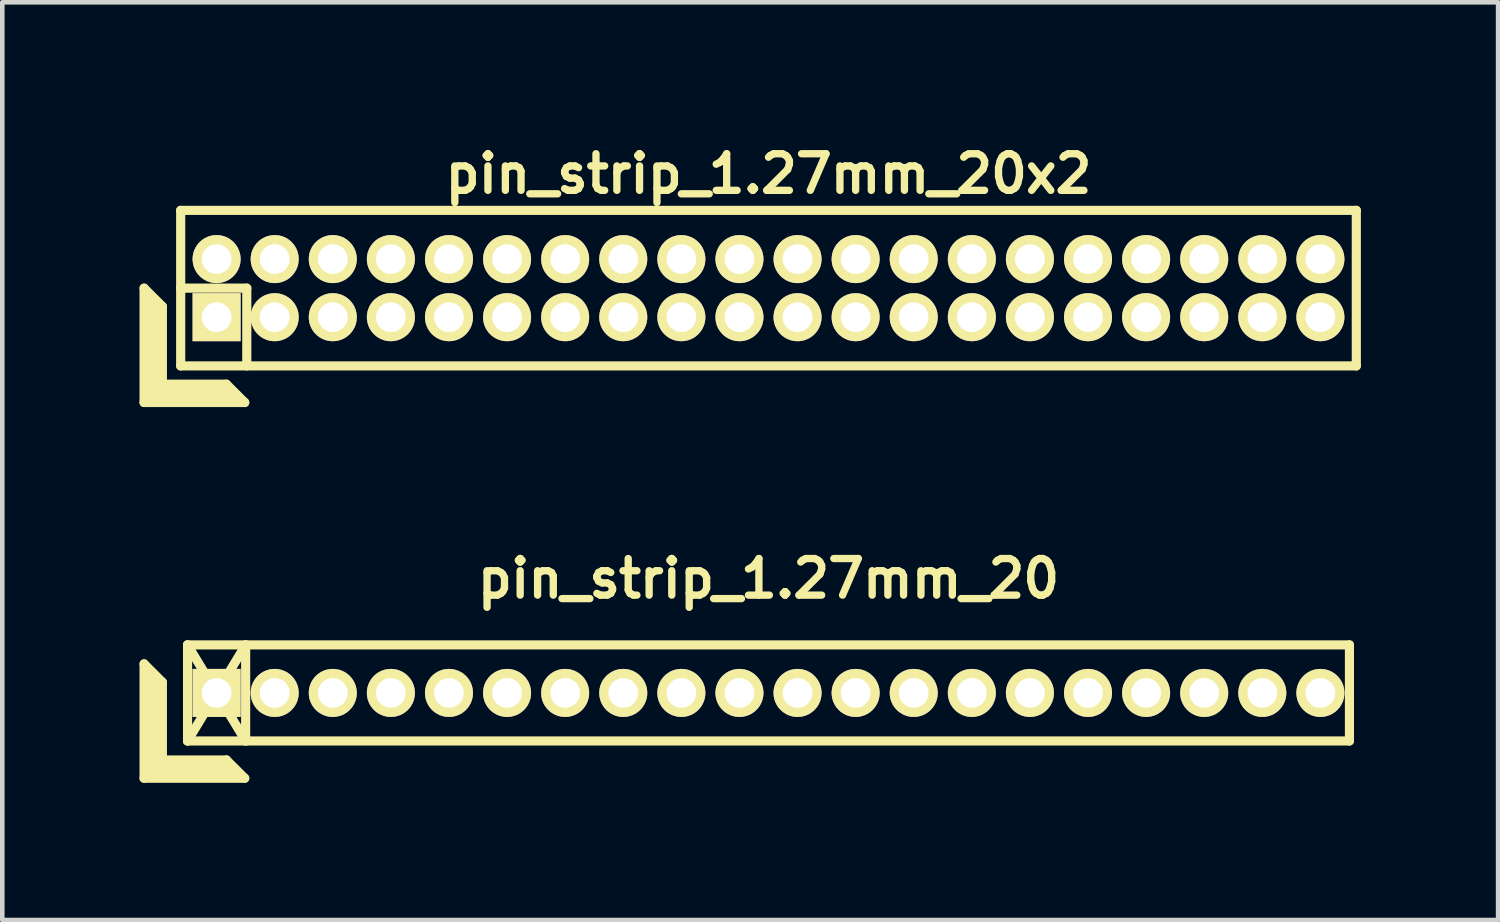
<source format=kicad_pcb>
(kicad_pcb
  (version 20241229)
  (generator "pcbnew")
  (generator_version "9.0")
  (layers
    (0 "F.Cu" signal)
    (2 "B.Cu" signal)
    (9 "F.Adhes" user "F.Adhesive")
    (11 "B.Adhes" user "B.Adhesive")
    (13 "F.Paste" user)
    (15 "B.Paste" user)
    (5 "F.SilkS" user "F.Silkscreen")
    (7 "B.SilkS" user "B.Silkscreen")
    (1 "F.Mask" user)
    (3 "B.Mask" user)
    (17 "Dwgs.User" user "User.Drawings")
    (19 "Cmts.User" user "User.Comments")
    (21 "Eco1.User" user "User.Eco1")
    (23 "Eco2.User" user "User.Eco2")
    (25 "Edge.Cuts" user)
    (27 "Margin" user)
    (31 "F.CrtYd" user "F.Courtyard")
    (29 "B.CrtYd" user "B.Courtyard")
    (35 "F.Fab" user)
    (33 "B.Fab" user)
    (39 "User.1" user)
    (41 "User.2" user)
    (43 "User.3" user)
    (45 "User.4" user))
  (footprint "pin_strip_1.27mm_20"
    (layer "F.Cu")
    (at 13.75 12.098)
    (property "Reference" "pin_strip_1.27mm_20" (at 0 -2.5 0) (layer "F.SilkS") (effects (font (size 0.8 0.8) (thickness 0.16))))
    (attr through_hole)
    (fp_line (start -13.65 -0.635) (end -13.65 1.865) (stroke (width 0.2) (type solid)) (layer "F.SilkS"))
    (fp_line (start -13.65 -0.635) (end -13.25 -0.235) (stroke (width 0.2) (type solid)) (layer "F.SilkS"))
    (fp_line (start -13.65 1.865) (end -11.45 1.865) (stroke (width 0.2) (type solid)) (layer "F.SilkS"))
    (fp_line (start -13.55 1.765) (end -13.55 -0.435) (stroke (width 0.2) (type solid)) (layer "F.SilkS"))
    (fp_line (start -13.55 1.765) (end -11.65 1.765) (stroke (width 0.2) (type solid)) (layer "F.SilkS"))
    (fp_line (start -13.45 1.665) (end -13.45 -0.335) (stroke (width 0.2) (type solid)) (layer "F.SilkS"))
    (fp_line (start -13.45 1.665) (end -11.75 1.665) (stroke (width 0.2) (type solid)) (layer "F.SilkS"))
    (fp_line (start -13.35 1.565) (end -13.35 -0.235) (stroke (width 0.2) (type solid)) (layer "F.SilkS"))
    (fp_line (start -13.35 1.565) (end -11.85 1.565) (stroke (width 0.2) (type solid)) (layer "F.SilkS"))
    (fp_line (start -13.25 1.465) (end -13.25 -0.235) (stroke (width 0.2) (type solid)) (layer "F.SilkS"))
    (fp_line (start -13.25 1.465) (end -11.85 1.465) (stroke (width 0.2) (type solid)) (layer "F.SilkS"))
    (fp_line (start -12.7 -1.05) (end -11.43 1.05) (stroke (width 0.2) (type solid)) (layer "F.SilkS"))
    (fp_line (start -12.7 -1.05) (end 12.7 -1.05) (stroke (width 0.2) (type solid)) (layer "F.SilkS"))
    (fp_line (start -12.7 1.05) (end -12.7 -1.05) (stroke (width 0.2) (type solid)) (layer "F.SilkS"))
    (fp_line (start -12.7 1.05) (end -11.43 -1.05) (stroke (width 0.2) (type solid)) (layer "F.SilkS"))
    (fp_line (start -11.85 1.465) (end -11.45 1.865) (stroke (width 0.2) (type solid)) (layer "F.SilkS"))
    (fp_line (start -11.43 -1.05) (end -11.43 1.05) (stroke (width 0.2) (type solid)) (layer "F.SilkS"))
    (fp_line (start 12.7 -1.05) (end 12.7 1.05) (stroke (width 0.2) (type solid)) (layer "F.SilkS"))
    (fp_line (start 12.7 1.05) (end -12.7 1.05) (stroke (width 0.2) (type solid)) (layer "F.SilkS"))
    (pad "1" thru_hole rect (at -12.065 0) (size 1.05 1.05) (drill 0.65) (layers "*.Cu" "*.Mask" "F.SilkS"))
    (pad "2" thru_hole oval (at -10.795 0) (size 1.05 1.05) (drill 0.65) (layers "*.Cu" "*.Mask" "F.SilkS"))
    (pad "3" thru_hole oval (at -9.525 0) (size 1.05 1.05) (drill 0.65) (layers "*.Cu" "*.Mask" "F.SilkS"))
    (pad "4" thru_hole oval (at -8.255 0) (size 1.05 1.05) (drill 0.65) (layers "*.Cu" "*.Mask" "F.SilkS"))
    (pad "5" thru_hole oval (at -6.985 0) (size 1.05 1.05) (drill 0.65) (layers "*.Cu" "*.Mask" "F.SilkS"))
    (pad "6" thru_hole oval (at -5.715 0) (size 1.05 1.05) (drill 0.65) (layers "*.Cu" "*.Mask" "F.SilkS"))
    (pad "7" thru_hole oval (at -4.445 0) (size 1.05 1.05) (drill 0.65) (layers "*.Cu" "*.Mask" "F.SilkS"))
    (pad "8" thru_hole oval (at -3.175 0) (size 1.05 1.05) (drill 0.65) (layers "*.Cu" "*.Mask" "F.SilkS"))
    (pad "9" thru_hole oval (at -1.905 0) (size 1.05 1.05) (drill 0.65) (layers "*.Cu" "*.Mask" "F.SilkS"))
    (pad "10" thru_hole oval (at -0.635 0) (size 1.05 1.05) (drill 0.65) (layers "*.Cu" "*.Mask" "F.SilkS"))
    (pad "11" thru_hole oval (at 0.635 0) (size 1.05 1.05) (drill 0.65) (layers "*.Cu" "*.Mask" "F.SilkS"))
    (pad "12" thru_hole oval (at 1.905 0) (size 1.05 1.05) (drill 0.65) (layers "*.Cu" "*.Mask" "F.SilkS"))
    (pad "13" thru_hole oval (at 3.175 0) (size 1.05 1.05) (drill 0.65) (layers "*.Cu" "*.Mask" "F.SilkS"))
    (pad "14" thru_hole oval (at 4.445 0) (size 1.05 1.05) (drill 0.65) (layers "*.Cu" "*.Mask" "F.SilkS"))
    (pad "15" thru_hole oval (at 5.715 0) (size 1.05 1.05) (drill 0.65) (layers "*.Cu" "*.Mask" "F.SilkS"))
    (pad "16" thru_hole oval (at 6.985 0) (size 1.05 1.05) (drill 0.65) (layers "*.Cu" "*.Mask" "F.SilkS"))
    (pad "17" thru_hole oval (at 8.255 0) (size 1.05 1.05) (drill 0.65) (layers "*.Cu" "*.Mask" "F.SilkS"))
    (pad "18" thru_hole oval (at 9.525 0) (size 1.05 1.05) (drill 0.65) (layers "*.Cu" "*.Mask" "F.SilkS"))
    (pad "19" thru_hole oval (at 10.795 0) (size 1.05 1.05) (drill 0.65) (layers "*.Cu" "*.Mask" "F.SilkS"))
    (pad "20" thru_hole oval (at 12.065 0) (size 1.05 1.05) (drill 0.65) (layers "*.Cu" "*.Mask" "F.SilkS")))
  (footprint "pin_strip_1.27mm_20x2"
    (layer "F.Cu")
    (at 13.75 3.249)
    (property "Reference" "pin_strip_1.27mm_20x2" (at 0 -2.5 0) (layer "F.SilkS") (effects (font (size 0.8 0.8) (thickness 0.16))))
    (attr through_hole)
    (fp_line (start -13.65 0) (end -13.65 2.5) (stroke (width 0.2) (type solid)) (layer "F.SilkS"))
    (fp_line (start -13.65 0) (end -13.25 0.4) (stroke (width 0.2) (type solid)) (layer "F.SilkS"))
    (fp_line (start -13.65 2.5) (end -11.45 2.5) (stroke (width 0.2) (type solid)) (layer "F.SilkS"))
    (fp_line (start -13.55 2.4) (end -13.55 0.2) (stroke (width 0.2) (type solid)) (layer "F.SilkS"))
    (fp_line (start -13.55 2.4) (end -11.65 2.4) (stroke (width 0.2) (type solid)) (layer "F.SilkS"))
    (fp_line (start -13.45 2.3) (end -13.45 0.3) (stroke (width 0.2) (type solid)) (layer "F.SilkS"))
    (fp_line (start -13.45 2.3) (end -11.75 2.3) (stroke (width 0.2) (type solid)) (layer "F.SilkS"))
    (fp_line (start -13.35 2.2) (end -13.35 0.4) (stroke (width 0.2) (type solid)) (layer "F.SilkS"))
    (fp_line (start -13.35 2.2) (end -11.85 2.2) (stroke (width 0.2) (type solid)) (layer "F.SilkS"))
    (fp_line (start -13.25 2.1) (end -13.25 0.4) (stroke (width 0.2) (type solid)) (layer "F.SilkS"))
    (fp_line (start -13.25 2.1) (end -11.85 2.1) (stroke (width 0.2) (type solid)) (layer "F.SilkS"))
    (fp_line (start -12.855 0) (end -11.405 0) (stroke (width 0.2) (type solid)) (layer "F.SilkS"))
    (fp_line (start -12.85 -1.7) (end 12.85 -1.7) (stroke (width 0.2) (type solid)) (layer "F.SilkS"))
    (fp_line (start -12.85 1.7) (end -12.85 -1.7) (stroke (width 0.2) (type solid)) (layer "F.SilkS"))
    (fp_line (start -11.85 2.1) (end -11.45 2.5) (stroke (width 0.2) (type solid)) (layer "F.SilkS"))
    (fp_line (start -11.405 0) (end -11.405 1.7) (stroke (width 0.2) (type solid)) (layer "F.SilkS"))
    (fp_line (start 12.85 -1.7) (end 12.85 1.7) (stroke (width 0.2) (type solid)) (layer "F.SilkS"))
    (fp_line (start 12.85 1.7) (end -12.85 1.7) (stroke (width 0.2) (type solid)) (layer "F.SilkS"))
    (pad "1" thru_hole rect (at -12.065 0.635) (size 1.05 1.05) (drill 0.65) (layers "*.Cu" "*.Mask" "F.SilkS"))
    (pad "2" thru_hole oval (at -12.065 -0.635) (size 1.05 1.05) (drill 0.65) (layers "*.Cu" "*.Mask" "F.SilkS"))
    (pad "3" thru_hole oval (at -10.795 0.635) (size 1.05 1.05) (drill 0.65) (layers "*.Cu" "*.Mask" "F.SilkS"))
    (pad "4" thru_hole oval (at -10.795 -0.635) (size 1.05 1.05) (drill 0.65) (layers "*.Cu" "*.Mask" "F.SilkS"))
    (pad "5" thru_hole oval (at -9.525 0.635) (size 1.05 1.05) (drill 0.65) (layers "*.Cu" "*.Mask" "F.SilkS"))
    (pad "6" thru_hole oval (at -9.525 -0.635) (size 1.05 1.05) (drill 0.65) (layers "*.Cu" "*.Mask" "F.SilkS"))
    (pad "7" thru_hole oval (at -8.255 0.635) (size 1.05 1.05) (drill 0.65) (layers "*.Cu" "*.Mask" "F.SilkS"))
    (pad "8" thru_hole oval (at -8.255 -0.635) (size 1.05 1.05) (drill 0.65) (layers "*.Cu" "*.Mask" "F.SilkS"))
    (pad "9" thru_hole oval (at -6.985 0.635) (size 1.05 1.05) (drill 0.65) (layers "*.Cu" "*.Mask" "F.SilkS"))
    (pad "10" thru_hole oval (at -6.985 -0.635) (size 1.05 1.05) (drill 0.65) (layers "*.Cu" "*.Mask" "F.SilkS"))
    (pad "11" thru_hole oval (at -5.715 0.635) (size 1.05 1.05) (drill 0.65) (layers "*.Cu" "*.Mask" "F.SilkS"))
    (pad "12" thru_hole oval (at -5.715 -0.635) (size 1.05 1.05) (drill 0.65) (layers "*.Cu" "*.Mask" "F.SilkS"))
    (pad "13" thru_hole oval (at -4.445 0.635) (size 1.05 1.05) (drill 0.65) (layers "*.Cu" "*.Mask" "F.SilkS"))
    (pad "14" thru_hole oval (at -4.445 -0.635) (size 1.05 1.05) (drill 0.65) (layers "*.Cu" "*.Mask" "F.SilkS"))
    (pad "15" thru_hole oval (at -3.175 0.635) (size 1.05 1.05) (drill 0.65) (layers "*.Cu" "*.Mask" "F.SilkS"))
    (pad "16" thru_hole oval (at -3.175 -0.635) (size 1.05 1.05) (drill 0.65) (layers "*.Cu" "*.Mask" "F.SilkS"))
    (pad "17" thru_hole oval (at -1.905 0.635) (size 1.05 1.05) (drill 0.65) (layers "*.Cu" "*.Mask" "F.SilkS"))
    (pad "18" thru_hole oval (at -1.905 -0.635) (size 1.05 1.05) (drill 0.65) (layers "*.Cu" "*.Mask" "F.SilkS"))
    (pad "19" thru_hole oval (at -0.635 0.635) (size 1.05 1.05) (drill 0.65) (layers "*.Cu" "*.Mask" "F.SilkS"))
    (pad "20" thru_hole oval (at -0.635 -0.635) (size 1.05 1.05) (drill 0.65) (layers "*.Cu" "*.Mask" "F.SilkS"))
    (pad "21" thru_hole oval (at 0.635 0.635) (size 1.05 1.05) (drill 0.65) (layers "*.Cu" "*.Mask" "F.SilkS"))
    (pad "22" thru_hole oval (at 0.635 -0.635) (size 1.05 1.05) (drill 0.65) (layers "*.Cu" "*.Mask" "F.SilkS"))
    (pad "23" thru_hole oval (at 1.905 0.635) (size 1.05 1.05) (drill 0.65) (layers "*.Cu" "*.Mask" "F.SilkS"))
    (pad "24" thru_hole oval (at 1.905 -0.635) (size 1.05 1.05) (drill 0.65) (layers "*.Cu" "*.Mask" "F.SilkS"))
    (pad "25" thru_hole oval (at 3.175 0.635) (size 1.05 1.05) (drill 0.65) (layers "*.Cu" "*.Mask" "F.SilkS"))
    (pad "26" thru_hole oval (at 3.175 -0.635) (size 1.05 1.05) (drill 0.65) (layers "*.Cu" "*.Mask" "F.SilkS"))
    (pad "27" thru_hole oval (at 4.445 0.635) (size 1.05 1.05) (drill 0.65) (layers "*.Cu" "*.Mask" "F.SilkS"))
    (pad "28" thru_hole oval (at 4.445 -0.635) (size 1.05 1.05) (drill 0.65) (layers "*.Cu" "*.Mask" "F.SilkS"))
    (pad "29" thru_hole oval (at 5.715 0.635) (size 1.05 1.05) (drill 0.65) (layers "*.Cu" "*.Mask" "F.SilkS"))
    (pad "30" thru_hole oval (at 5.715 -0.635) (size 1.05 1.05) (drill 0.65) (layers "*.Cu" "*.Mask" "F.SilkS"))
    (pad "31" thru_hole oval (at 6.985 0.635) (size 1.05 1.05) (drill 0.65) (layers "*.Cu" "*.Mask" "F.SilkS"))
    (pad "32" thru_hole oval (at 6.985 -0.635) (size 1.05 1.05) (drill 0.65) (layers "*.Cu" "*.Mask" "F.SilkS"))
    (pad "33" thru_hole oval (at 8.255 0.635) (size 1.05 1.05) (drill 0.65) (layers "*.Cu" "*.Mask" "F.SilkS"))
    (pad "34" thru_hole oval (at 8.255 -0.635) (size 1.05 1.05) (drill 0.65) (layers "*.Cu" "*.Mask" "F.SilkS"))
    (pad "35" thru_hole oval (at 9.525 0.635) (size 1.05 1.05) (drill 0.65) (layers "*.Cu" "*.Mask" "F.SilkS"))
    (pad "36" thru_hole oval (at 9.525 -0.635) (size 1.05 1.05) (drill 0.65) (layers "*.Cu" "*.Mask" "F.SilkS"))
    (pad "37" thru_hole oval (at 10.795 0.635) (size 1.05 1.05) (drill 0.65) (layers "*.Cu" "*.Mask" "F.SilkS"))
    (pad "38" thru_hole oval (at 10.795 -0.635) (size 1.05 1.05) (drill 0.65) (layers "*.Cu" "*.Mask" "F.SilkS"))
    (pad "39" thru_hole oval (at 12.065 0.635) (size 1.05 1.05) (drill 0.65) (layers "*.Cu" "*.Mask" "F.SilkS"))
    (pad "40" thru_hole oval (at 12.065 -0.635) (size 1.05 1.05) (drill 0.65) (layers "*.Cu" "*.Mask" "F.SilkS")))
  (gr_rect
    (start -3 -3)
    (end 29.7 17.063)
    (stroke (width 0.1) (type default))
    (fill no)
    (layer "Edge.Cuts")))
</source>
